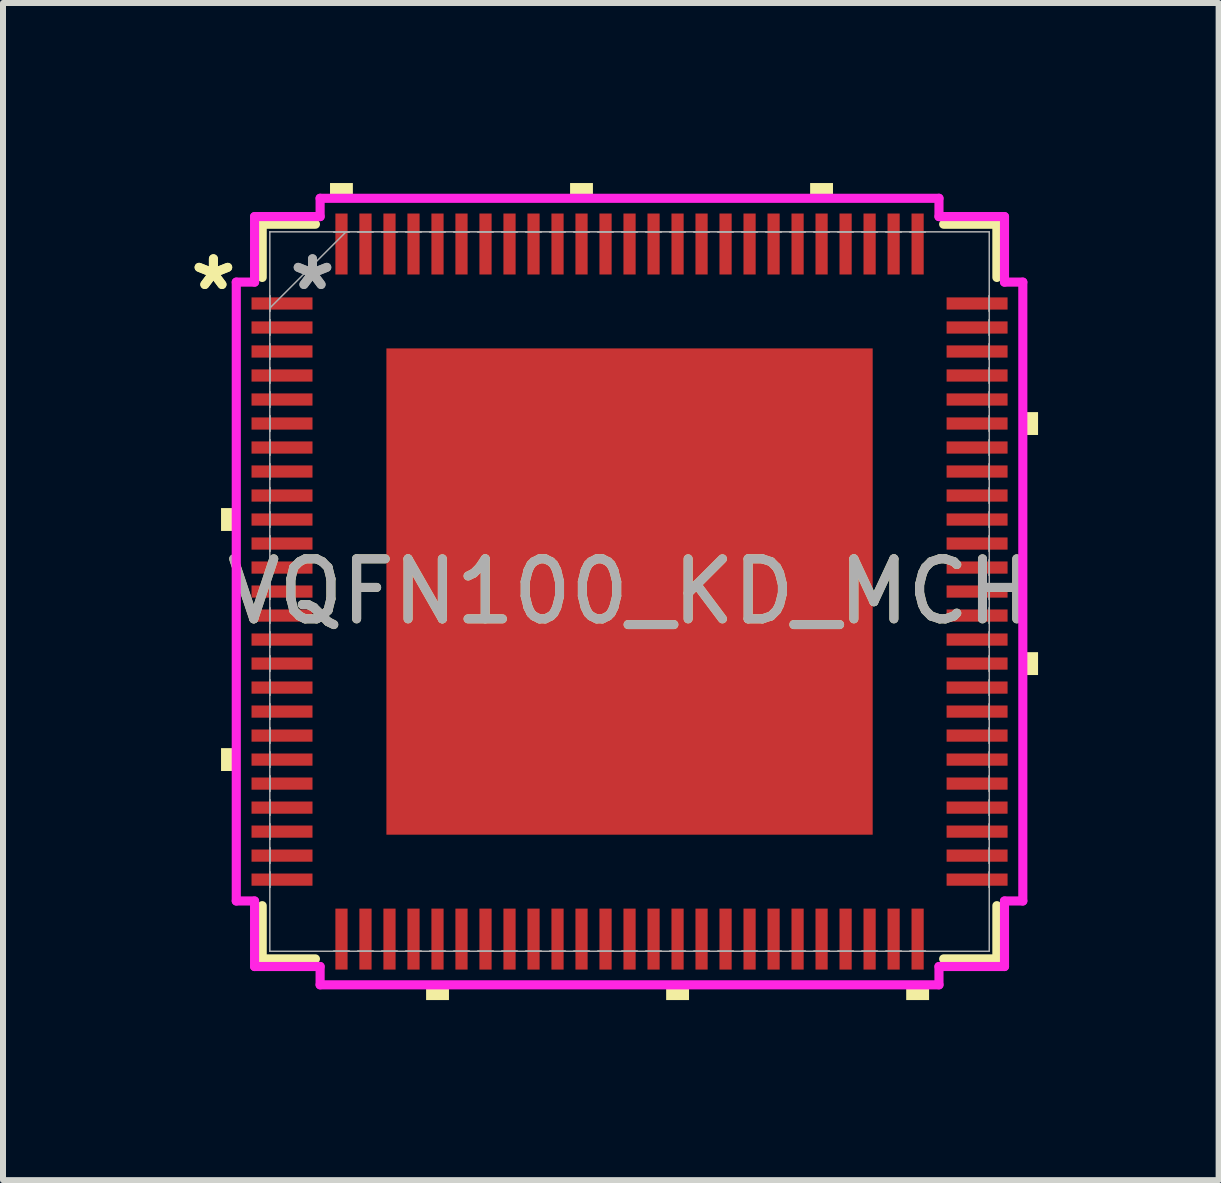
<source format=kicad_pcb>
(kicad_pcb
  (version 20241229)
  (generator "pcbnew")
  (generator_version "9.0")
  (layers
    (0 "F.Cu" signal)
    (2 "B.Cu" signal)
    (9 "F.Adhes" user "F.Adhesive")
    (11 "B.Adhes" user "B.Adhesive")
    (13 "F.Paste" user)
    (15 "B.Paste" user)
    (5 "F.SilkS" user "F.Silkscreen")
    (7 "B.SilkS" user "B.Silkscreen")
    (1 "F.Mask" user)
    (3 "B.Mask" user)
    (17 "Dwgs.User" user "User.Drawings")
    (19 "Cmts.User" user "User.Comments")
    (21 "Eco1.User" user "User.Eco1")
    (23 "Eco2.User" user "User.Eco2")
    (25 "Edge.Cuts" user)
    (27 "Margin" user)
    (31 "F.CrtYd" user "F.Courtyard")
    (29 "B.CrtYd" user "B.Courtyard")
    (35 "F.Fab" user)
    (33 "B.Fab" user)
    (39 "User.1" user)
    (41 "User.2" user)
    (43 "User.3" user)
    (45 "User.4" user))
  (footprint "VQFN100_KD_MCH"
    (layer "F.Cu")
    (at 7.44 6.807)
    (property "Reference" "VQFN100_KD_MCH" (at 0 0 0) (unlocked yes) (layer "F.SilkS") (effects (font (size 1 1) (thickness 0.15))))
    (attr smd)
    (fp_line (start -6.121 -6.121) (end -6.121 -5.234) (stroke (width 0.152) (type solid)) (layer "F.SilkS"))
    (fp_line (start -6.121 5.234) (end -6.121 6.121) (stroke (width 0.152) (type solid)) (layer "F.SilkS"))
    (fp_line (start -6.121 6.121) (end -5.234 6.121) (stroke (width 0.152) (type solid)) (layer "F.SilkS"))
    (fp_line (start -5.234 -6.121) (end -6.121 -6.121) (stroke (width 0.152) (type solid)) (layer "F.SilkS"))
    (fp_line (start 5.234 6.121) (end 6.121 6.121) (stroke (width 0.152) (type solid)) (layer "F.SilkS"))
    (fp_line (start 6.121 -6.121) (end 5.234 -6.121) (stroke (width 0.152) (type solid)) (layer "F.SilkS"))
    (fp_line (start 6.121 -5.234) (end 6.121 -6.121) (stroke (width 0.152) (type solid)) (layer "F.SilkS"))
    (fp_line (start 6.121 6.121) (end 6.121 5.234) (stroke (width 0.152) (type solid)) (layer "F.SilkS"))
    (fp_poly (pts (xy -6.807 -1.391) (xy -6.807 -1.01) (xy -6.553 -1.01) (xy -6.553 -1.391)) (stroke (width 0) (type solid)) (fill yes) (layer "F.SilkS"))
    (fp_poly (pts (xy -6.807 2.609) (xy -6.807 2.99) (xy -6.553 2.99) (xy -6.553 2.609)) (stroke (width 0) (type solid)) (fill yes) (layer "F.SilkS"))
    (fp_poly (pts (xy -4.991 -6.553) (xy -4.991 -6.807) (xy -4.61 -6.807) (xy -4.61 -6.553)) (stroke (width 0) (type solid)) (fill yes) (layer "F.SilkS"))
    (fp_poly (pts (xy -3.39 6.553) (xy -3.39 6.807) (xy -3.009 6.807) (xy -3.009 6.553)) (stroke (width 0) (type solid)) (fill yes) (layer "F.SilkS"))
    (fp_poly (pts (xy -0.991 -6.553) (xy -0.991 -6.807) (xy -0.61 -6.807) (xy -0.61 -6.553)) (stroke (width 0) (type solid)) (fill yes) (layer "F.SilkS"))
    (fp_poly (pts (xy 0.61 6.553) (xy 0.61 6.807) (xy 0.991 6.807) (xy 0.991 6.553)) (stroke (width 0) (type solid)) (fill yes) (layer "F.SilkS"))
    (fp_poly (pts (xy 3.009 -6.553) (xy 3.009 -6.807) (xy 3.39 -6.807) (xy 3.39 -6.553)) (stroke (width 0) (type solid)) (fill yes) (layer "F.SilkS"))
    (fp_poly (pts (xy 4.61 6.553) (xy 4.61 6.807) (xy 4.991 6.807) (xy 4.991 6.553)) (stroke (width 0) (type solid)) (fill yes) (layer "F.SilkS"))
    (fp_poly (pts (xy 6.807 -2.99) (xy 6.807 -2.609) (xy 6.553 -2.609) (xy 6.553 -2.99)) (stroke (width 0) (type solid)) (fill yes) (layer "F.SilkS"))
    (fp_poly (pts (xy 6.807 1.01) (xy 6.807 1.391) (xy 6.553 1.391) (xy 6.553 1.01)) (stroke (width 0) (type solid)) (fill yes) (layer "F.SilkS"))
    (fp_poly (pts (xy -3.951 -3.951) (xy -3.951 -2.801) (xy -2.801 -2.801) (xy -2.801 -3.951)) (stroke (width 0) (type solid)) (fill yes) (layer "F.Paste"))
    (fp_poly (pts (xy -3.951 -2.601) (xy -3.951 -1.45) (xy -2.801 -1.45) (xy -2.801 -2.601)) (stroke (width 0) (type solid)) (fill yes) (layer "F.Paste"))
    (fp_poly (pts (xy -3.951 -1.25) (xy -3.951 -0.1) (xy -2.801 -0.1) (xy -2.801 -1.25)) (stroke (width 0) (type solid)) (fill yes) (layer "F.Paste"))
    (fp_poly (pts (xy -3.951 0.1) (xy -3.951 1.25) (xy -2.801 1.25) (xy -2.801 0.1)) (stroke (width 0) (type solid)) (fill yes) (layer "F.Paste"))
    (fp_poly (pts (xy -3.951 1.45) (xy -3.951 2.601) (xy -2.801 2.601) (xy -2.801 1.45)) (stroke (width 0) (type solid)) (fill yes) (layer "F.Paste"))
    (fp_poly (pts (xy -3.951 2.801) (xy -3.951 3.951) (xy -2.801 3.951) (xy -2.801 2.801)) (stroke (width 0) (type solid)) (fill yes) (layer "F.Paste"))
    (fp_poly (pts (xy -2.601 -3.951) (xy -2.601 -2.801) (xy -1.45 -2.801) (xy -1.45 -3.951)) (stroke (width 0) (type solid)) (fill yes) (layer "F.Paste"))
    (fp_poly (pts (xy -2.601 -2.601) (xy -2.601 -1.45) (xy -1.45 -1.45) (xy -1.45 -2.601)) (stroke (width 0) (type solid)) (fill yes) (layer "F.Paste"))
    (fp_poly (pts (xy -2.601 -1.25) (xy -2.601 -0.1) (xy -1.45 -0.1) (xy -1.45 -1.25)) (stroke (width 0) (type solid)) (fill yes) (layer "F.Paste"))
    (fp_poly (pts (xy -2.601 0.1) (xy -2.601 1.25) (xy -1.45 1.25) (xy -1.45 0.1)) (stroke (width 0) (type solid)) (fill yes) (layer "F.Paste"))
    (fp_poly (pts (xy -2.601 1.45) (xy -2.601 2.601) (xy -1.45 2.601) (xy -1.45 1.45)) (stroke (width 0) (type solid)) (fill yes) (layer "F.Paste"))
    (fp_poly (pts (xy -2.601 2.801) (xy -2.601 3.951) (xy -1.45 3.951) (xy -1.45 2.801)) (stroke (width 0) (type solid)) (fill yes) (layer "F.Paste"))
    (fp_poly (pts (xy -1.25 -3.951) (xy -1.25 -2.801) (xy -0.1 -2.801) (xy -0.1 -3.951)) (stroke (width 0) (type solid)) (fill yes) (layer "F.Paste"))
    (fp_poly (pts (xy -1.25 -2.601) (xy -1.25 -1.45) (xy -0.1 -1.45) (xy -0.1 -2.601)) (stroke (width 0) (type solid)) (fill yes) (layer "F.Paste"))
    (fp_poly (pts (xy -1.25 -1.25) (xy -1.25 -0.1) (xy -0.1 -0.1) (xy -0.1 -1.25)) (stroke (width 0) (type solid)) (fill yes) (layer "F.Paste"))
    (fp_poly (pts (xy -1.25 0.1) (xy -1.25 1.25) (xy -0.1 1.25) (xy -0.1 0.1)) (stroke (width 0) (type solid)) (fill yes) (layer "F.Paste"))
    (fp_poly (pts (xy -1.25 1.45) (xy -1.25 2.601) (xy -0.1 2.601) (xy -0.1 1.45)) (stroke (width 0) (type solid)) (fill yes) (layer "F.Paste"))
    (fp_poly (pts (xy -1.25 2.801) (xy -1.25 3.951) (xy -0.1 3.951) (xy -0.1 2.801)) (stroke (width 0) (type solid)) (fill yes) (layer "F.Paste"))
    (fp_poly (pts (xy 0.1 -3.951) (xy 0.1 -2.801) (xy 1.25 -2.801) (xy 1.25 -3.951)) (stroke (width 0) (type solid)) (fill yes) (layer "F.Paste"))
    (fp_poly (pts (xy 0.1 -2.601) (xy 0.1 -1.45) (xy 1.25 -1.45) (xy 1.25 -2.601)) (stroke (width 0) (type solid)) (fill yes) (layer "F.Paste"))
    (fp_poly (pts (xy 0.1 -1.25) (xy 0.1 -0.1) (xy 1.25 -0.1) (xy 1.25 -1.25)) (stroke (width 0) (type solid)) (fill yes) (layer "F.Paste"))
    (fp_poly (pts (xy 0.1 0.1) (xy 0.1 1.25) (xy 1.25 1.25) (xy 1.25 0.1)) (stroke (width 0) (type solid)) (fill yes) (layer "F.Paste"))
    (fp_poly (pts (xy 0.1 1.45) (xy 0.1 2.601) (xy 1.25 2.601) (xy 1.25 1.45)) (stroke (width 0) (type solid)) (fill yes) (layer "F.Paste"))
    (fp_poly (pts (xy 0.1 2.801) (xy 0.1 3.951) (xy 1.25 3.951) (xy 1.25 2.801)) (stroke (width 0) (type solid)) (fill yes) (layer "F.Paste"))
    (fp_poly (pts (xy 1.45 -3.951) (xy 1.45 -2.801) (xy 2.601 -2.801) (xy 2.601 -3.951)) (stroke (width 0) (type solid)) (fill yes) (layer "F.Paste"))
    (fp_poly (pts (xy 1.45 -2.601) (xy 1.45 -1.45) (xy 2.601 -1.45) (xy 2.601 -2.601)) (stroke (width 0) (type solid)) (fill yes) (layer "F.Paste"))
    (fp_poly (pts (xy 1.45 -1.25) (xy 1.45 -0.1) (xy 2.601 -0.1) (xy 2.601 -1.25)) (stroke (width 0) (type solid)) (fill yes) (layer "F.Paste"))
    (fp_poly (pts (xy 1.45 0.1) (xy 1.45 1.25) (xy 2.601 1.25) (xy 2.601 0.1)) (stroke (width 0) (type solid)) (fill yes) (layer "F.Paste"))
    (fp_poly (pts (xy 1.45 1.45) (xy 1.45 2.601) (xy 2.601 2.601) (xy 2.601 1.45)) (stroke (width 0) (type solid)) (fill yes) (layer "F.Paste"))
    (fp_poly (pts (xy 1.45 2.801) (xy 1.45 3.951) (xy 2.601 3.951) (xy 2.601 2.801)) (stroke (width 0) (type solid)) (fill yes) (layer "F.Paste"))
    (fp_poly (pts (xy 2.801 -3.951) (xy 2.801 -2.801) (xy 3.951 -2.801) (xy 3.951 -3.951)) (stroke (width 0) (type solid)) (fill yes) (layer "F.Paste"))
    (fp_poly (pts (xy 2.801 -2.601) (xy 2.801 -1.45) (xy 3.951 -1.45) (xy 3.951 -2.601)) (stroke (width 0) (type solid)) (fill yes) (layer "F.Paste"))
    (fp_poly (pts (xy 2.801 -1.25) (xy 2.801 -0.1) (xy 3.951 -0.1) (xy 3.951 -1.25)) (stroke (width 0) (type solid)) (fill yes) (layer "F.Paste"))
    (fp_poly (pts (xy 2.801 0.1) (xy 2.801 1.25) (xy 3.951 1.25) (xy 3.951 0.1)) (stroke (width 0) (type solid)) (fill yes) (layer "F.Paste"))
    (fp_poly (pts (xy 2.801 1.45) (xy 2.801 2.601) (xy 3.951 2.601) (xy 3.951 1.45)) (stroke (width 0) (type solid)) (fill yes) (layer "F.Paste"))
    (fp_poly (pts (xy 2.801 2.801) (xy 2.801 3.951) (xy 3.951 3.951) (xy 3.951 2.801)) (stroke (width 0) (type solid)) (fill yes) (layer "F.Paste"))
    (fp_line (start -6.553 -5.156) (end -6.248 -5.156) (stroke (width 0.152) (type solid)) (layer "F.CrtYd"))
    (fp_line (start -6.553 5.156) (end -6.553 -5.156) (stroke (width 0.152) (type solid)) (layer "F.CrtYd"))
    (fp_line (start -6.248 -6.248) (end -5.156 -6.248) (stroke (width 0.152) (type solid)) (layer "F.CrtYd"))
    (fp_line (start -6.248 -5.156) (end -6.248 -6.248) (stroke (width 0.152) (type solid)) (layer "F.CrtYd"))
    (fp_line (start -6.248 5.156) (end -6.553 5.156) (stroke (width 0.152) (type solid)) (layer "F.CrtYd"))
    (fp_line (start -6.248 6.248) (end -6.248 5.156) (stroke (width 0.152) (type solid)) (layer "F.CrtYd"))
    (fp_line (start -5.156 -6.553) (end 5.156 -6.553) (stroke (width 0.152) (type solid)) (layer "F.CrtYd"))
    (fp_line (start -5.156 -6.248) (end -5.156 -6.553) (stroke (width 0.152) (type solid)) (layer "F.CrtYd"))
    (fp_line (start -5.156 6.248) (end -6.248 6.248) (stroke (width 0.152) (type solid)) (layer "F.CrtYd"))
    (fp_line (start -5.156 6.553) (end -5.156 6.248) (stroke (width 0.152) (type solid)) (layer "F.CrtYd"))
    (fp_line (start 5.156 -6.553) (end 5.156 -6.248) (stroke (width 0.152) (type solid)) (layer "F.CrtYd"))
    (fp_line (start 5.156 -6.248) (end 6.248 -6.248) (stroke (width 0.152) (type solid)) (layer "F.CrtYd"))
    (fp_line (start 5.156 6.248) (end 5.156 6.553) (stroke (width 0.152) (type solid)) (layer "F.CrtYd"))
    (fp_line (start 5.156 6.553) (end -5.156 6.553) (stroke (width 0.152) (type solid)) (layer "F.CrtYd"))
    (fp_line (start 6.248 -6.248) (end 6.248 -5.156) (stroke (width 0.152) (type solid)) (layer "F.CrtYd"))
    (fp_line (start 6.248 -5.156) (end 6.553 -5.156) (stroke (width 0.152) (type solid)) (layer "F.CrtYd"))
    (fp_line (start 6.248 5.156) (end 6.248 6.248) (stroke (width 0.152) (type solid)) (layer "F.CrtYd"))
    (fp_line (start 6.248 6.248) (end 5.156 6.248) (stroke (width 0.152) (type solid)) (layer "F.CrtYd"))
    (fp_line (start 6.553 -5.156) (end 6.553 5.156) (stroke (width 0.152) (type solid)) (layer "F.CrtYd"))
    (fp_line (start 6.553 5.156) (end 6.248 5.156) (stroke (width 0.152) (type solid)) (layer "F.CrtYd"))
    (fp_line (start -5.994 -5.994) (end -5.994 -5.994) (stroke (width 0.025) (type solid)) (layer "F.Fab"))
    (fp_line (start -5.994 -5.994) (end -5.994 5.994) (stroke (width 0.025) (type solid)) (layer "F.Fab"))
    (fp_line (start -5.994 -4.927) (end -5.994 -4.927) (stroke (width 0.025) (type solid)) (layer "F.Fab"))
    (fp_line (start -5.994 -4.927) (end -5.994 -4.673) (stroke (width 0.025) (type solid)) (layer "F.Fab"))
    (fp_line (start -5.994 -4.724) (end -4.724 -5.994) (stroke (width 0.025) (type solid)) (layer "F.Fab"))
    (fp_line (start -5.994 -4.673) (end -5.994 -4.927) (stroke (width 0.025) (type solid)) (layer "F.Fab"))
    (fp_line (start -5.994 -4.673) (end -5.994 -4.673) (stroke (width 0.025) (type solid)) (layer "F.Fab"))
    (fp_line (start -5.994 -4.527) (end -5.994 -4.527) (stroke (width 0.025) (type solid)) (layer "F.Fab"))
    (fp_line (start -5.994 -4.527) (end -5.994 -4.273) (stroke (width 0.025) (type solid)) (layer "F.Fab"))
    (fp_line (start -5.994 -4.273) (end -5.994 -4.527) (stroke (width 0.025) (type solid)) (layer "F.Fab"))
    (fp_line (start -5.994 -4.273) (end -5.994 -4.273) (stroke (width 0.025) (type solid)) (layer "F.Fab"))
    (fp_line (start -5.994 -4.127) (end -5.994 -4.127) (stroke (width 0.025) (type solid)) (layer "F.Fab"))
    (fp_line (start -5.994 -4.127) (end -5.994 -3.873) (stroke (width 0.025) (type solid)) (layer "F.Fab"))
    (fp_line (start -5.994 -3.873) (end -5.994 -4.127) (stroke (width 0.025) (type solid)) (layer "F.Fab"))
    (fp_line (start -5.994 -3.873) (end -5.994 -3.873) (stroke (width 0.025) (type solid)) (layer "F.Fab"))
    (fp_line (start -5.994 -3.727) (end -5.994 -3.727) (stroke (width 0.025) (type solid)) (layer "F.Fab"))
    (fp_line (start -5.994 -3.727) (end -5.994 -3.473) (stroke (width 0.025) (type solid)) (layer "F.Fab"))
    (fp_line (start -5.994 -3.473) (end -5.994 -3.727) (stroke (width 0.025) (type solid)) (layer "F.Fab"))
    (fp_line (start -5.994 -3.473) (end -5.994 -3.473) (stroke (width 0.025) (type solid)) (layer "F.Fab"))
    (fp_line (start -5.994 -3.327) (end -5.994 -3.327) (stroke (width 0.025) (type solid)) (layer "F.Fab"))
    (fp_line (start -5.994 -3.327) (end -5.994 -3.073) (stroke (width 0.025) (type solid)) (layer "F.Fab"))
    (fp_line (start -5.994 -3.073) (end -5.994 -3.327) (stroke (width 0.025) (type solid)) (layer "F.Fab"))
    (fp_line (start -5.994 -3.073) (end -5.994 -3.073) (stroke (width 0.025) (type solid)) (layer "F.Fab"))
    (fp_line (start -5.994 -2.927) (end -5.994 -2.927) (stroke (width 0.025) (type solid)) (layer "F.Fab"))
    (fp_line (start -5.994 -2.927) (end -5.994 -2.673) (stroke (width 0.025) (type solid)) (layer "F.Fab"))
    (fp_line (start -5.994 -2.673) (end -5.994 -2.927) (stroke (width 0.025) (type solid)) (layer "F.Fab"))
    (fp_line (start -5.994 -2.673) (end -5.994 -2.673) (stroke (width 0.025) (type solid)) (layer "F.Fab"))
    (fp_line (start -5.994 -2.527) (end -5.994 -2.527) (stroke (width 0.025) (type solid)) (layer "F.Fab"))
    (fp_line (start -5.994 -2.527) (end -5.994 -2.273) (stroke (width 0.025) (type solid)) (layer "F.Fab"))
    (fp_line (start -5.994 -2.273) (end -5.994 -2.527) (stroke (width 0.025) (type solid)) (layer "F.Fab"))
    (fp_line (start -5.994 -2.273) (end -5.994 -2.273) (stroke (width 0.025) (type solid)) (layer "F.Fab"))
    (fp_line (start -5.994 -2.127) (end -5.994 -2.127) (stroke (width 0.025) (type solid)) (layer "F.Fab"))
    (fp_line (start -5.994 -2.127) (end -5.994 -1.873) (stroke (width 0.025) (type solid)) (layer "F.Fab"))
    (fp_line (start -5.994 -1.873) (end -5.994 -2.127) (stroke (width 0.025) (type solid)) (layer "F.Fab"))
    (fp_line (start -5.994 -1.873) (end -5.994 -1.873) (stroke (width 0.025) (type solid)) (layer "F.Fab"))
    (fp_line (start -5.994 -1.727) (end -5.994 -1.727) (stroke (width 0.025) (type solid)) (layer "F.Fab"))
    (fp_line (start -5.994 -1.727) (end -5.994 -1.473) (stroke (width 0.025) (type solid)) (layer "F.Fab"))
    (fp_line (start -5.994 -1.473) (end -5.994 -1.727) (stroke (width 0.025) (type solid)) (layer "F.Fab"))
    (fp_line (start -5.994 -1.473) (end -5.994 -1.473) (stroke (width 0.025) (type solid)) (layer "F.Fab"))
    (fp_line (start -5.994 -1.327) (end -5.994 -1.327) (stroke (width 0.025) (type solid)) (layer "F.Fab"))
    (fp_line (start -5.994 -1.327) (end -5.994 -1.073) (stroke (width 0.025) (type solid)) (layer "F.Fab"))
    (fp_line (start -5.994 -1.073) (end -5.994 -1.327) (stroke (width 0.025) (type solid)) (layer "F.Fab"))
    (fp_line (start -5.994 -1.073) (end -5.994 -1.073) (stroke (width 0.025) (type solid)) (layer "F.Fab"))
    (fp_line (start -5.994 -0.927) (end -5.994 -0.927) (stroke (width 0.025) (type solid)) (layer "F.Fab"))
    (fp_line (start -5.994 -0.927) (end -5.994 -0.673) (stroke (width 0.025) (type solid)) (layer "F.Fab"))
    (fp_line (start -5.994 -0.673) (end -5.994 -0.927) (stroke (width 0.025) (type solid)) (layer "F.Fab"))
    (fp_line (start -5.994 -0.673) (end -5.994 -0.673) (stroke (width 0.025) (type solid)) (layer "F.Fab"))
    (fp_line (start -5.994 -0.527) (end -5.994 -0.527) (stroke (width 0.025) (type solid)) (layer "F.Fab"))
    (fp_line (start -5.994 -0.527) (end -5.994 -0.273) (stroke (width 0.025) (type solid)) (layer "F.Fab"))
    (fp_line (start -5.994 -0.273) (end -5.994 -0.527) (stroke (width 0.025) (type solid)) (layer "F.Fab"))
    (fp_line (start -5.994 -0.273) (end -5.994 -0.273) (stroke (width 0.025) (type solid)) (layer "F.Fab"))
    (fp_line (start -5.994 -0.127) (end -5.994 -0.127) (stroke (width 0.025) (type solid)) (layer "F.Fab"))
    (fp_line (start -5.994 -0.127) (end -5.994 0.127) (stroke (width 0.025) (type solid)) (layer "F.Fab"))
    (fp_line (start -5.994 0.127) (end -5.994 -0.127) (stroke (width 0.025) (type solid)) (layer "F.Fab"))
    (fp_line (start -5.994 0.127) (end -5.994 0.127) (stroke (width 0.025) (type solid)) (layer "F.Fab"))
    (fp_line (start -5.994 0.273) (end -5.994 0.273) (stroke (width 0.025) (type solid)) (layer "F.Fab"))
    (fp_line (start -5.994 0.273) (end -5.994 0.527) (stroke (width 0.025) (type solid)) (layer "F.Fab"))
    (fp_line (start -5.994 0.527) (end -5.994 0.273) (stroke (width 0.025) (type solid)) (layer "F.Fab"))
    (fp_line (start -5.994 0.527) (end -5.994 0.527) (stroke (width 0.025) (type solid)) (layer "F.Fab"))
    (fp_line (start -5.994 0.673) (end -5.994 0.673) (stroke (width 0.025) (type solid)) (layer "F.Fab"))
    (fp_line (start -5.994 0.673) (end -5.994 0.927) (stroke (width 0.025) (type solid)) (layer "F.Fab"))
    (fp_line (start -5.994 0.927) (end -5.994 0.673) (stroke (width 0.025) (type solid)) (layer "F.Fab"))
    (fp_line (start -5.994 0.927) (end -5.994 0.927) (stroke (width 0.025) (type solid)) (layer "F.Fab"))
    (fp_line (start -5.994 1.073) (end -5.994 1.073) (stroke (width 0.025) (type solid)) (layer "F.Fab"))
    (fp_line (start -5.994 1.073) (end -5.994 1.327) (stroke (width 0.025) (type solid)) (layer "F.Fab"))
    (fp_line (start -5.994 1.327) (end -5.994 1.073) (stroke (width 0.025) (type solid)) (layer "F.Fab"))
    (fp_line (start -5.994 1.327) (end -5.994 1.327) (stroke (width 0.025) (type solid)) (layer "F.Fab"))
    (fp_line (start -5.994 1.473) (end -5.994 1.473) (stroke (width 0.025) (type solid)) (layer "F.Fab"))
    (fp_line (start -5.994 1.473) (end -5.994 1.727) (stroke (width 0.025) (type solid)) (layer "F.Fab"))
    (fp_line (start -5.994 1.727) (end -5.994 1.473) (stroke (width 0.025) (type solid)) (layer "F.Fab"))
    (fp_line (start -5.994 1.727) (end -5.994 1.727) (stroke (width 0.025) (type solid)) (layer "F.Fab"))
    (fp_line (start -5.994 1.873) (end -5.994 1.873) (stroke (width 0.025) (type solid)) (layer "F.Fab"))
    (fp_line (start -5.994 1.873) (end -5.994 2.127) (stroke (width 0.025) (type solid)) (layer "F.Fab"))
    (fp_line (start -5.994 2.127) (end -5.994 1.873) (stroke (width 0.025) (type solid)) (layer "F.Fab"))
    (fp_line (start -5.994 2.127) (end -5.994 2.127) (stroke (width 0.025) (type solid)) (layer "F.Fab"))
    (fp_line (start -5.994 2.273) (end -5.994 2.273) (stroke (width 0.025) (type solid)) (layer "F.Fab"))
    (fp_line (start -5.994 2.273) (end -5.994 2.527) (stroke (width 0.025) (type solid)) (layer "F.Fab"))
    (fp_line (start -5.994 2.527) (end -5.994 2.273) (stroke (width 0.025) (type solid)) (layer "F.Fab"))
    (fp_line (start -5.994 2.527) (end -5.994 2.527) (stroke (width 0.025) (type solid)) (layer "F.Fab"))
    (fp_line (start -5.994 2.673) (end -5.994 2.673) (stroke (width 0.025) (type solid)) (layer "F.Fab"))
    (fp_line (start -5.994 2.673) (end -5.994 2.927) (stroke (width 0.025) (type solid)) (layer "F.Fab"))
    (fp_line (start -5.994 2.927) (end -5.994 2.673) (stroke (width 0.025) (type solid)) (layer "F.Fab"))
    (fp_line (start -5.994 2.927) (end -5.994 2.927) (stroke (width 0.025) (type solid)) (layer "F.Fab"))
    (fp_line (start -5.994 3.073) (end -5.994 3.073) (stroke (width 0.025) (type solid)) (layer "F.Fab"))
    (fp_line (start -5.994 3.073) (end -5.994 3.327) (stroke (width 0.025) (type solid)) (layer "F.Fab"))
    (fp_line (start -5.994 3.327) (end -5.994 3.073) (stroke (width 0.025) (type solid)) (layer "F.Fab"))
    (fp_line (start -5.994 3.327) (end -5.994 3.327) (stroke (width 0.025) (type solid)) (layer "F.Fab"))
    (fp_line (start -5.994 3.473) (end -5.994 3.473) (stroke (width 0.025) (type solid)) (layer "F.Fab"))
    (fp_line (start -5.994 3.473) (end -5.994 3.727) (stroke (width 0.025) (type solid)) (layer "F.Fab"))
    (fp_line (start -5.994 3.727) (end -5.994 3.473) (stroke (width 0.025) (type solid)) (layer "F.Fab"))
    (fp_line (start -5.994 3.727) (end -5.994 3.727) (stroke (width 0.025) (type solid)) (layer "F.Fab"))
    (fp_line (start -5.994 3.873) (end -5.994 3.873) (stroke (width 0.025) (type solid)) (layer "F.Fab"))
    (fp_line (start -5.994 3.873) (end -5.994 4.127) (stroke (width 0.025) (type solid)) (layer "F.Fab"))
    (fp_line (start -5.994 4.127) (end -5.994 3.873) (stroke (width 0.025) (type solid)) (layer "F.Fab"))
    (fp_line (start -5.994 4.127) (end -5.994 4.127) (stroke (width 0.025) (type solid)) (layer "F.Fab"))
    (fp_line (start -5.994 4.273) (end -5.994 4.273) (stroke (width 0.025) (type solid)) (layer "F.Fab"))
    (fp_line (start -5.994 4.273) (end -5.994 4.527) (stroke (width 0.025) (type solid)) (layer "F.Fab"))
    (fp_line (start -5.994 4.527) (end -5.994 4.273) (stroke (width 0.025) (type solid)) (layer "F.Fab"))
    (fp_line (start -5.994 4.527) (end -5.994 4.527) (stroke (width 0.025) (type solid)) (layer "F.Fab"))
    (fp_line (start -5.994 4.673) (end -5.994 4.673) (stroke (width 0.025) (type solid)) (layer "F.Fab"))
    (fp_line (start -5.994 4.673) (end -5.994 4.927) (stroke (width 0.025) (type solid)) (layer "F.Fab"))
    (fp_line (start -5.994 4.927) (end -5.994 4.673) (stroke (width 0.025) (type solid)) (layer "F.Fab"))
    (fp_line (start -5.994 4.927) (end -5.994 4.927) (stroke (width 0.025) (type solid)) (layer "F.Fab"))
    (fp_line (start -5.994 5.994) (end -5.994 5.994) (stroke (width 0.025) (type solid)) (layer "F.Fab"))
    (fp_line (start -5.994 5.994) (end 5.994 5.994) (stroke (width 0.025) (type solid)) (layer "F.Fab"))
    (fp_line (start -4.927 5.994) (end -4.927 5.994) (stroke (width 0.025) (type solid)) (layer "F.Fab"))
    (fp_line (start -4.927 5.994) (end -4.673 5.994) (stroke (width 0.025) (type solid)) (layer "F.Fab"))
    (fp_line (start -4.927 -5.994) (end -4.927 -5.994) (stroke (width 0.025) (type solid)) (layer "F.Fab"))
    (fp_line (start -4.927 -5.994) (end -4.673 -5.994) (stroke (width 0.025) (type solid)) (layer "F.Fab"))
    (fp_line (start -4.673 5.994) (end -4.927 5.994) (stroke (width 0.025) (type solid)) (layer "F.Fab"))
    (fp_line (start -4.673 5.994) (end -4.673 5.994) (stroke (width 0.025) (type solid)) (layer "F.Fab"))
    (fp_line (start -4.673 -5.994) (end -4.927 -5.994) (stroke (width 0.025) (type solid)) (layer "F.Fab"))
    (fp_line (start -4.673 -5.994) (end -4.673 -5.994) (stroke (width 0.025) (type solid)) (layer "F.Fab"))
    (fp_line (start -4.527 5.994) (end -4.527 5.994) (stroke (width 0.025) (type solid)) (layer "F.Fab"))
    (fp_line (start -4.527 5.994) (end -4.273 5.994) (stroke (width 0.025) (type solid)) (layer "F.Fab"))
    (fp_line (start -4.527 -5.994) (end -4.527 -5.994) (stroke (width 0.025) (type solid)) (layer "F.Fab"))
    (fp_line (start -4.527 -5.994) (end -4.273 -5.994) (stroke (width 0.025) (type solid)) (layer "F.Fab"))
    (fp_line (start -4.273 5.994) (end -4.527 5.994) (stroke (width 0.025) (type solid)) (layer "F.Fab"))
    (fp_line (start -4.273 5.994) (end -4.273 5.994) (stroke (width 0.025) (type solid)) (layer "F.Fab"))
    (fp_line (start -4.273 -5.994) (end -4.527 -5.994) (stroke (width 0.025) (type solid)) (layer "F.Fab"))
    (fp_line (start -4.273 -5.994) (end -4.273 -5.994) (stroke (width 0.025) (type solid)) (layer "F.Fab"))
    (fp_line (start -4.127 5.994) (end -4.127 5.994) (stroke (width 0.025) (type solid)) (layer "F.Fab"))
    (fp_line (start -4.127 5.994) (end -3.873 5.994) (stroke (width 0.025) (type solid)) (layer "F.Fab"))
    (fp_line (start -4.127 -5.994) (end -4.127 -5.994) (stroke (width 0.025) (type solid)) (layer "F.Fab"))
    (fp_line (start -4.127 -5.994) (end -3.873 -5.994) (stroke (width 0.025) (type solid)) (layer "F.Fab"))
    (fp_line (start -3.873 5.994) (end -4.127 5.994) (stroke (width 0.025) (type solid)) (layer "F.Fab"))
    (fp_line (start -3.873 5.994) (end -3.873 5.994) (stroke (width 0.025) (type solid)) (layer "F.Fab"))
    (fp_line (start -3.873 -5.994) (end -4.127 -5.994) (stroke (width 0.025) (type solid)) (layer "F.Fab"))
    (fp_line (start -3.873 -5.994) (end -3.873 -5.994) (stroke (width 0.025) (type solid)) (layer "F.Fab"))
    (fp_line (start -3.727 5.994) (end -3.727 5.994) (stroke (width 0.025) (type solid)) (layer "F.Fab"))
    (fp_line (start -3.727 5.994) (end -3.473 5.994) (stroke (width 0.025) (type solid)) (layer "F.Fab"))
    (fp_line (start -3.727 -5.994) (end -3.727 -5.994) (stroke (width 0.025) (type solid)) (layer "F.Fab"))
    (fp_line (start -3.727 -5.994) (end -3.473 -5.994) (stroke (width 0.025) (type solid)) (layer "F.Fab"))
    (fp_line (start -3.473 5.994) (end -3.727 5.994) (stroke (width 0.025) (type solid)) (layer "F.Fab"))
    (fp_line (start -3.473 5.994) (end -3.473 5.994) (stroke (width 0.025) (type solid)) (layer "F.Fab"))
    (fp_line (start -3.473 -5.994) (end -3.727 -5.994) (stroke (width 0.025) (type solid)) (layer "F.Fab"))
    (fp_line (start -3.473 -5.994) (end -3.473 -5.994) (stroke (width 0.025) (type solid)) (layer "F.Fab"))
    (fp_line (start -3.327 5.994) (end -3.327 5.994) (stroke (width 0.025) (type solid)) (layer "F.Fab"))
    (fp_line (start -3.327 5.994) (end -3.073 5.994) (stroke (width 0.025) (type solid)) (layer "F.Fab"))
    (fp_line (start -3.327 -5.994) (end -3.327 -5.994) (stroke (width 0.025) (type solid)) (layer "F.Fab"))
    (fp_line (start -3.327 -5.994) (end -3.073 -5.994) (stroke (width 0.025) (type solid)) (layer "F.Fab"))
    (fp_line (start -3.073 5.994) (end -3.327 5.994) (stroke (width 0.025) (type solid)) (layer "F.Fab"))
    (fp_line (start -3.073 5.994) (end -3.073 5.994) (stroke (width 0.025) (type solid)) (layer "F.Fab"))
    (fp_line (start -3.073 -5.994) (end -3.327 -5.994) (stroke (width 0.025) (type solid)) (layer "F.Fab"))
    (fp_line (start -3.073 -5.994) (end -3.073 -5.994) (stroke (width 0.025) (type solid)) (layer "F.Fab"))
    (fp_line (start -2.927 5.994) (end -2.927 5.994) (stroke (width 0.025) (type solid)) (layer "F.Fab"))
    (fp_line (start -2.927 5.994) (end -2.673 5.994) (stroke (width 0.025) (type solid)) (layer "F.Fab"))
    (fp_line (start -2.927 -5.994) (end -2.927 -5.994) (stroke (width 0.025) (type solid)) (layer "F.Fab"))
    (fp_line (start -2.927 -5.994) (end -2.673 -5.994) (stroke (width 0.025) (type solid)) (layer "F.Fab"))
    (fp_line (start -2.673 5.994) (end -2.927 5.994) (stroke (width 0.025) (type solid)) (layer "F.Fab"))
    (fp_line (start -2.673 5.994) (end -2.673 5.994) (stroke (width 0.025) (type solid)) (layer "F.Fab"))
    (fp_line (start -2.673 -5.994) (end -2.927 -5.994) (stroke (width 0.025) (type solid)) (layer "F.Fab"))
    (fp_line (start -2.673 -5.994) (end -2.673 -5.994) (stroke (width 0.025) (type solid)) (layer "F.Fab"))
    (fp_line (start -2.527 -5.994) (end -2.527 -5.994) (stroke (width 0.025) (type solid)) (layer "F.Fab"))
    (fp_line (start -2.527 -5.994) (end -2.273 -5.994) (stroke (width 0.025) (type solid)) (layer "F.Fab"))
    (fp_line (start -2.527 5.994) (end -2.527 5.994) (stroke (width 0.025) (type solid)) (layer "F.Fab"))
    (fp_line (start -2.527 5.994) (end -2.273 5.994) (stroke (width 0.025) (type solid)) (layer "F.Fab"))
    (fp_line (start -2.273 -5.994) (end -2.527 -5.994) (stroke (width 0.025) (type solid)) (layer "F.Fab"))
    (fp_line (start -2.273 -5.994) (end -2.273 -5.994) (stroke (width 0.025) (type solid)) (layer "F.Fab"))
    (fp_line (start -2.273 5.994) (end -2.527 5.994) (stroke (width 0.025) (type solid)) (layer "F.Fab"))
    (fp_line (start -2.273 5.994) (end -2.273 5.994) (stroke (width 0.025) (type solid)) (layer "F.Fab"))
    (fp_line (start -2.127 -5.994) (end -2.127 -5.994) (stroke (width 0.025) (type solid)) (layer "F.Fab"))
    (fp_line (start -2.127 -5.994) (end -1.873 -5.994) (stroke (width 0.025) (type solid)) (layer "F.Fab"))
    (fp_line (start -2.127 5.994) (end -2.127 5.994) (stroke (width 0.025) (type solid)) (layer "F.Fab"))
    (fp_line (start -2.127 5.994) (end -1.873 5.994) (stroke (width 0.025) (type solid)) (layer "F.Fab"))
    (fp_line (start -1.873 -5.994) (end -2.127 -5.994) (stroke (width 0.025) (type solid)) (layer "F.Fab"))
    (fp_line (start -1.873 -5.994) (end -1.873 -5.994) (stroke (width 0.025) (type solid)) (layer "F.Fab"))
    (fp_line (start -1.873 5.994) (end -2.127 5.994) (stroke (width 0.025) (type solid)) (layer "F.Fab"))
    (fp_line (start -1.873 5.994) (end -1.873 5.994) (stroke (width 0.025) (type solid)) (layer "F.Fab"))
    (fp_line (start -1.727 -5.994) (end -1.727 -5.994) (stroke (width 0.025) (type solid)) (layer "F.Fab"))
    (fp_line (start -1.727 -5.994) (end -1.473 -5.994) (stroke (width 0.025) (type solid)) (layer "F.Fab"))
    (fp_line (start -1.727 5.994) (end -1.727 5.994) (stroke (width 0.025) (type solid)) (layer "F.Fab"))
    (fp_line (start -1.727 5.994) (end -1.473 5.994) (stroke (width 0.025) (type solid)) (layer "F.Fab"))
    (fp_line (start -1.473 -5.994) (end -1.727 -5.994) (stroke (width 0.025) (type solid)) (layer "F.Fab"))
    (fp_line (start -1.473 -5.994) (end -1.473 -5.994) (stroke (width 0.025) (type solid)) (layer "F.Fab"))
    (fp_line (start -1.473 5.994) (end -1.727 5.994) (stroke (width 0.025) (type solid)) (layer "F.Fab"))
    (fp_line (start -1.473 5.994) (end -1.473 5.994) (stroke (width 0.025) (type solid)) (layer "F.Fab"))
    (fp_line (start -1.327 -5.994) (end -1.327 -5.994) (stroke (width 0.025) (type solid)) (layer "F.Fab"))
    (fp_line (start -1.327 -5.994) (end -1.073 -5.994) (stroke (width 0.025) (type solid)) (layer "F.Fab"))
    (fp_line (start -1.327 5.994) (end -1.327 5.994) (stroke (width 0.025) (type solid)) (layer "F.Fab"))
    (fp_line (start -1.327 5.994) (end -1.073 5.994) (stroke (width 0.025) (type solid)) (layer "F.Fab"))
    (fp_line (start -1.073 -5.994) (end -1.327 -5.994) (stroke (width 0.025) (type solid)) (layer "F.Fab"))
    (fp_line (start -1.073 -5.994) (end -1.073 -5.994) (stroke (width 0.025) (type solid)) (layer "F.Fab"))
    (fp_line (start -1.073 5.994) (end -1.327 5.994) (stroke (width 0.025) (type solid)) (layer "F.Fab"))
    (fp_line (start -1.073 5.994) (end -1.073 5.994) (stroke (width 0.025) (type solid)) (layer "F.Fab"))
    (fp_line (start -0.927 -5.994) (end -0.927 -5.994) (stroke (width 0.025) (type solid)) (layer "F.Fab"))
    (fp_line (start -0.927 -5.994) (end -0.673 -5.994) (stroke (width 0.025) (type solid)) (layer "F.Fab"))
    (fp_line (start -0.927 5.994) (end -0.927 5.994) (stroke (width 0.025) (type solid)) (layer "F.Fab"))
    (fp_line (start -0.927 5.994) (end -0.673 5.994) (stroke (width 0.025) (type solid)) (layer "F.Fab"))
    (fp_line (start -0.673 -5.994) (end -0.927 -5.994) (stroke (width 0.025) (type solid)) (layer "F.Fab"))
    (fp_line (start -0.673 -5.994) (end -0.673 -5.994) (stroke (width 0.025) (type solid)) (layer "F.Fab"))
    (fp_line (start -0.673 5.994) (end -0.927 5.994) (stroke (width 0.025) (type solid)) (layer "F.Fab"))
    (fp_line (start -0.673 5.994) (end -0.673 5.994) (stroke (width 0.025) (type solid)) (layer "F.Fab"))
    (fp_line (start -0.527 -5.994) (end -0.527 -5.994) (stroke (width 0.025) (type solid)) (layer "F.Fab"))
    (fp_line (start -0.527 -5.994) (end -0.273 -5.994) (stroke (width 0.025) (type solid)) (layer "F.Fab"))
    (fp_line (start -0.527 5.994) (end -0.527 5.994) (stroke (width 0.025) (type solid)) (layer "F.Fab"))
    (fp_line (start -0.527 5.994) (end -0.273 5.994) (stroke (width 0.025) (type solid)) (layer "F.Fab"))
    (fp_line (start -0.273 -5.994) (end -0.527 -5.994) (stroke (width 0.025) (type solid)) (layer "F.Fab"))
    (fp_line (start -0.273 -5.994) (end -0.273 -5.994) (stroke (width 0.025) (type solid)) (layer "F.Fab"))
    (fp_line (start -0.273 5.994) (end -0.527 5.994) (stroke (width 0.025) (type solid)) (layer "F.Fab"))
    (fp_line (start -0.273 5.994) (end -0.273 5.994) (stroke (width 0.025) (type solid)) (layer "F.Fab"))
    (fp_line (start -0.127 -5.994) (end -0.127 -5.994) (stroke (width 0.025) (type solid)) (layer "F.Fab"))
    (fp_line (start -0.127 -5.994) (end 0.127 -5.994) (stroke (width 0.025) (type solid)) (layer "F.Fab"))
    (fp_line (start -0.127 5.994) (end -0.127 5.994) (stroke (width 0.025) (type solid)) (layer "F.Fab"))
    (fp_line (start -0.127 5.994) (end 0.127 5.994) (stroke (width 0.025) (type solid)) (layer "F.Fab"))
    (fp_line (start 0.127 -5.994) (end -0.127 -5.994) (stroke (width 0.025) (type solid)) (layer "F.Fab"))
    (fp_line (start 0.127 -5.994) (end 0.127 -5.994) (stroke (width 0.025) (type solid)) (layer "F.Fab"))
    (fp_line (start 0.127 5.994) (end -0.127 5.994) (stroke (width 0.025) (type solid)) (layer "F.Fab"))
    (fp_line (start 0.127 5.994) (end 0.127 5.994) (stroke (width 0.025) (type solid)) (layer "F.Fab"))
    (fp_line (start 0.273 -5.994) (end 0.273 -5.994) (stroke (width 0.025) (type solid)) (layer "F.Fab"))
    (fp_line (start 0.273 -5.994) (end 0.527 -5.994) (stroke (width 0.025) (type solid)) (layer "F.Fab"))
    (fp_line (start 0.273 5.994) (end 0.273 5.994) (stroke (width 0.025) (type solid)) (layer "F.Fab"))
    (fp_line (start 0.273 5.994) (end 0.527 5.994) (stroke (width 0.025) (type solid)) (layer "F.Fab"))
    (fp_line (start 0.527 -5.994) (end 0.273 -5.994) (stroke (width 0.025) (type solid)) (layer "F.Fab"))
    (fp_line (start 0.527 -5.994) (end 0.527 -5.994) (stroke (width 0.025) (type solid)) (layer "F.Fab"))
    (fp_line (start 0.527 5.994) (end 0.273 5.994) (stroke (width 0.025) (type solid)) (layer "F.Fab"))
    (fp_line (start 0.527 5.994) (end 0.527 5.994) (stroke (width 0.025) (type solid)) (layer "F.Fab"))
    (fp_line (start 0.673 -5.994) (end 0.673 -5.994) (stroke (width 0.025) (type solid)) (layer "F.Fab"))
    (fp_line (start 0.673 -5.994) (end 0.927 -5.994) (stroke (width 0.025) (type solid)) (layer "F.Fab"))
    (fp_line (start 0.673 5.994) (end 0.673 5.994) (stroke (width 0.025) (type solid)) (layer "F.Fab"))
    (fp_line (start 0.673 5.994) (end 0.927 5.994) (stroke (width 0.025) (type solid)) (layer "F.Fab"))
    (fp_line (start 0.927 -5.994) (end 0.673 -5.994) (stroke (width 0.025) (type solid)) (layer "F.Fab"))
    (fp_line (start 0.927 -5.994) (end 0.927 -5.994) (stroke (width 0.025) (type solid)) (layer "F.Fab"))
    (fp_line (start 0.927 5.994) (end 0.673 5.994) (stroke (width 0.025) (type solid)) (layer "F.Fab"))
    (fp_line (start 0.927 5.994) (end 0.927 5.994) (stroke (width 0.025) (type solid)) (layer "F.Fab"))
    (fp_line (start 1.073 -5.994) (end 1.073 -5.994) (stroke (width 0.025) (type solid)) (layer "F.Fab"))
    (fp_line (start 1.073 -5.994) (end 1.327 -5.994) (stroke (width 0.025) (type solid)) (layer "F.Fab"))
    (fp_line (start 1.073 5.994) (end 1.073 5.994) (stroke (width 0.025) (type solid)) (layer "F.Fab"))
    (fp_line (start 1.073 5.994) (end 1.327 5.994) (stroke (width 0.025) (type solid)) (layer "F.Fab"))
    (fp_line (start 1.327 -5.994) (end 1.073 -5.994) (stroke (width 0.025) (type solid)) (layer "F.Fab"))
    (fp_line (start 1.327 -5.994) (end 1.327 -5.994) (stroke (width 0.025) (type solid)) (layer "F.Fab"))
    (fp_line (start 1.327 5.994) (end 1.073 5.994) (stroke (width 0.025) (type solid)) (layer "F.Fab"))
    (fp_line (start 1.327 5.994) (end 1.327 5.994) (stroke (width 0.025) (type solid)) (layer "F.Fab"))
    (fp_line (start 1.473 -5.994) (end 1.473 -5.994) (stroke (width 0.025) (type solid)) (layer "F.Fab"))
    (fp_line (start 1.473 -5.994) (end 1.727 -5.994) (stroke (width 0.025) (type solid)) (layer "F.Fab"))
    (fp_line (start 1.473 5.994) (end 1.473 5.994) (stroke (width 0.025) (type solid)) (layer "F.Fab"))
    (fp_line (start 1.473 5.994) (end 1.727 5.994) (stroke (width 0.025) (type solid)) (layer "F.Fab"))
    (fp_line (start 1.727 -5.994) (end 1.473 -5.994) (stroke (width 0.025) (type solid)) (layer "F.Fab"))
    (fp_line (start 1.727 -5.994) (end 1.727 -5.994) (stroke (width 0.025) (type solid)) (layer "F.Fab"))
    (fp_line (start 1.727 5.994) (end 1.473 5.994) (stroke (width 0.025) (type solid)) (layer "F.Fab"))
    (fp_line (start 1.727 5.994) (end 1.727 5.994) (stroke (width 0.025) (type solid)) (layer "F.Fab"))
    (fp_line (start 1.873 -5.994) (end 1.873 -5.994) (stroke (width 0.025) (type solid)) (layer "F.Fab"))
    (fp_line (start 1.873 -5.994) (end 2.127 -5.994) (stroke (width 0.025) (type solid)) (layer "F.Fab"))
    (fp_line (start 1.873 5.994) (end 1.873 5.994) (stroke (width 0.025) (type solid)) (layer "F.Fab"))
    (fp_line (start 1.873 5.994) (end 2.127 5.994) (stroke (width 0.025) (type solid)) (layer "F.Fab"))
    (fp_line (start 2.127 -5.994) (end 1.873 -5.994) (stroke (width 0.025) (type solid)) (layer "F.Fab"))
    (fp_line (start 2.127 -5.994) (end 2.127 -5.994) (stroke (width 0.025) (type solid)) (layer "F.Fab"))
    (fp_line (start 2.127 5.994) (end 1.873 5.994) (stroke (width 0.025) (type solid)) (layer "F.Fab"))
    (fp_line (start 2.127 5.994) (end 2.127 5.994) (stroke (width 0.025) (type solid)) (layer "F.Fab"))
    (fp_line (start 2.273 -5.994) (end 2.273 -5.994) (stroke (width 0.025) (type solid)) (layer "F.Fab"))
    (fp_line (start 2.273 -5.994) (end 2.527 -5.994) (stroke (width 0.025) (type solid)) (layer "F.Fab"))
    (fp_line (start 2.273 5.994) (end 2.273 5.994) (stroke (width 0.025) (type solid)) (layer "F.Fab"))
    (fp_line (start 2.273 5.994) (end 2.527 5.994) (stroke (width 0.025) (type solid)) (layer "F.Fab"))
    (fp_line (start 2.527 -5.994) (end 2.273 -5.994) (stroke (width 0.025) (type solid)) (layer "F.Fab"))
    (fp_line (start 2.527 -5.994) (end 2.527 -5.994) (stroke (width 0.025) (type solid)) (layer "F.Fab"))
    (fp_line (start 2.527 5.994) (end 2.273 5.994) (stroke (width 0.025) (type solid)) (layer "F.Fab"))
    (fp_line (start 2.527 5.994) (end 2.527 5.994) (stroke (width 0.025) (type solid)) (layer "F.Fab"))
    (fp_line (start 2.673 5.994) (end 2.673 5.994) (stroke (width 0.025) (type solid)) (layer "F.Fab"))
    (fp_line (start 2.673 5.994) (end 2.927 5.994) (stroke (width 0.025) (type solid)) (layer "F.Fab"))
    (fp_line (start 2.673 -5.994) (end 2.673 -5.994) (stroke (width 0.025) (type solid)) (layer "F.Fab"))
    (fp_line (start 2.673 -5.994) (end 2.927 -5.994) (stroke (width 0.025) (type solid)) (layer "F.Fab"))
    (fp_line (start 2.927 5.994) (end 2.673 5.994) (stroke (width 0.025) (type solid)) (layer "F.Fab"))
    (fp_line (start 2.927 5.994) (end 2.927 5.994) (stroke (width 0.025) (type solid)) (layer "F.Fab"))
    (fp_line (start 2.927 -5.994) (end 2.673 -5.994) (stroke (width 0.025) (type solid)) (layer "F.Fab"))
    (fp_line (start 2.927 -5.994) (end 2.927 -5.994) (stroke (width 0.025) (type solid)) (layer "F.Fab"))
    (fp_line (start 3.073 5.994) (end 3.073 5.994) (stroke (width 0.025) (type solid)) (layer "F.Fab"))
    (fp_line (start 3.073 5.994) (end 3.327 5.994) (stroke (width 0.025) (type solid)) (layer "F.Fab"))
    (fp_line (start 3.073 -5.994) (end 3.073 -5.994) (stroke (width 0.025) (type solid)) (layer "F.Fab"))
    (fp_line (start 3.073 -5.994) (end 3.327 -5.994) (stroke (width 0.025) (type solid)) (layer "F.Fab"))
    (fp_line (start 3.327 5.994) (end 3.073 5.994) (stroke (width 0.025) (type solid)) (layer "F.Fab"))
    (fp_line (start 3.327 5.994) (end 3.327 5.994) (stroke (width 0.025) (type solid)) (layer "F.Fab"))
    (fp_line (start 3.327 -5.994) (end 3.073 -5.994) (stroke (width 0.025) (type solid)) (layer "F.Fab"))
    (fp_line (start 3.327 -5.994) (end 3.327 -5.994) (stroke (width 0.025) (type solid)) (layer "F.Fab"))
    (fp_line (start 3.473 5.994) (end 3.473 5.994) (stroke (width 0.025) (type solid)) (layer "F.Fab"))
    (fp_line (start 3.473 5.994) (end 3.727 5.994) (stroke (width 0.025) (type solid)) (layer "F.Fab"))
    (fp_line (start 3.473 -5.994) (end 3.473 -5.994) (stroke (width 0.025) (type solid)) (layer "F.Fab"))
    (fp_line (start 3.473 -5.994) (end 3.727 -5.994) (stroke (width 0.025) (type solid)) (layer "F.Fab"))
    (fp_line (start 3.727 5.994) (end 3.473 5.994) (stroke (width 0.025) (type solid)) (layer "F.Fab"))
    (fp_line (start 3.727 5.994) (end 3.727 5.994) (stroke (width 0.025) (type solid)) (layer "F.Fab"))
    (fp_line (start 3.727 -5.994) (end 3.473 -5.994) (stroke (width 0.025) (type solid)) (layer "F.Fab"))
    (fp_line (start 3.727 -5.994) (end 3.727 -5.994) (stroke (width 0.025) (type solid)) (layer "F.Fab"))
    (fp_line (start 3.873 5.994) (end 3.873 5.994) (stroke (width 0.025) (type solid)) (layer "F.Fab"))
    (fp_line (start 3.873 5.994) (end 4.127 5.994) (stroke (width 0.025) (type solid)) (layer "F.Fab"))
    (fp_line (start 3.873 -5.994) (end 3.873 -5.994) (stroke (width 0.025) (type solid)) (layer "F.Fab"))
    (fp_line (start 3.873 -5.994) (end 4.127 -5.994) (stroke (width 0.025) (type solid)) (layer "F.Fab"))
    (fp_line (start 4.127 5.994) (end 3.873 5.994) (stroke (width 0.025) (type solid)) (layer "F.Fab"))
    (fp_line (start 4.127 5.994) (end 4.127 5.994) (stroke (width 0.025) (type solid)) (layer "F.Fab"))
    (fp_line (start 4.127 -5.994) (end 3.873 -5.994) (stroke (width 0.025) (type solid)) (layer "F.Fab"))
    (fp_line (start 4.127 -5.994) (end 4.127 -5.994) (stroke (width 0.025) (type solid)) (layer "F.Fab"))
    (fp_line (start 4.273 5.994) (end 4.273 5.994) (stroke (width 0.025) (type solid)) (layer "F.Fab"))
    (fp_line (start 4.273 5.994) (end 4.527 5.994) (stroke (width 0.025) (type solid)) (layer "F.Fab"))
    (fp_line (start 4.273 -5.994) (end 4.273 -5.994) (stroke (width 0.025) (type solid)) (layer "F.Fab"))
    (fp_line (start 4.273 -5.994) (end 4.527 -5.994) (stroke (width 0.025) (type solid)) (layer "F.Fab"))
    (fp_line (start 4.527 5.994) (end 4.273 5.994) (stroke (width 0.025) (type solid)) (layer "F.Fab"))
    (fp_line (start 4.527 5.994) (end 4.527 5.994) (stroke (width 0.025) (type solid)) (layer "F.Fab"))
    (fp_line (start 4.527 -5.994) (end 4.273 -5.994) (stroke (width 0.025) (type solid)) (layer "F.Fab"))
    (fp_line (start 4.527 -5.994) (end 4.527 -5.994) (stroke (width 0.025) (type solid)) (layer "F.Fab"))
    (fp_line (start 4.673 5.994) (end 4.673 5.994) (stroke (width 0.025) (type solid)) (layer "F.Fab"))
    (fp_line (start 4.673 5.994) (end 4.927 5.994) (stroke (width 0.025) (type solid)) (layer "F.Fab"))
    (fp_line (start 4.673 -5.994) (end 4.673 -5.994) (stroke (width 0.025) (type solid)) (layer "F.Fab"))
    (fp_line (start 4.673 -5.994) (end 4.927 -5.994) (stroke (width 0.025) (type solid)) (layer "F.Fab"))
    (fp_line (start 4.927 5.994) (end 4.673 5.994) (stroke (width 0.025) (type solid)) (layer "F.Fab"))
    (fp_line (start 4.927 5.994) (end 4.927 5.994) (stroke (width 0.025) (type solid)) (layer "F.Fab"))
    (fp_line (start 4.927 -5.994) (end 4.673 -5.994) (stroke (width 0.025) (type solid)) (layer "F.Fab"))
    (fp_line (start 4.927 -5.994) (end 4.927 -5.994) (stroke (width 0.025) (type solid)) (layer "F.Fab"))
    (fp_line (start 5.994 -5.994) (end -5.994 -5.994) (stroke (width 0.025) (type solid)) (layer "F.Fab"))
    (fp_line (start 5.994 -5.994) (end 5.994 -5.994) (stroke (width 0.025) (type solid)) (layer "F.Fab"))
    (fp_line (start 5.994 -4.927) (end 5.994 -4.927) (stroke (width 0.025) (type solid)) (layer "F.Fab"))
    (fp_line (start 5.994 -4.927) (end 5.994 -4.673) (stroke (width 0.025) (type solid)) (layer "F.Fab"))
    (fp_line (start 5.994 -4.673) (end 5.994 -4.927) (stroke (width 0.025) (type solid)) (layer "F.Fab"))
    (fp_line (start 5.994 -4.673) (end 5.994 -4.673) (stroke (width 0.025) (type solid)) (layer "F.Fab"))
    (fp_line (start 5.994 -4.527) (end 5.994 -4.527) (stroke (width 0.025) (type solid)) (layer "F.Fab"))
    (fp_line (start 5.994 -4.527) (end 5.994 -4.273) (stroke (width 0.025) (type solid)) (layer "F.Fab"))
    (fp_line (start 5.994 -4.273) (end 5.994 -4.527) (stroke (width 0.025) (type solid)) (layer "F.Fab"))
    (fp_line (start 5.994 -4.273) (end 5.994 -4.273) (stroke (width 0.025) (type solid)) (layer "F.Fab"))
    (fp_line (start 5.994 -4.127) (end 5.994 -4.127) (stroke (width 0.025) (type solid)) (layer "F.Fab"))
    (fp_line (start 5.994 -4.127) (end 5.994 -3.873) (stroke (width 0.025) (type solid)) (layer "F.Fab"))
    (fp_line (start 5.994 -3.873) (end 5.994 -4.127) (stroke (width 0.025) (type solid)) (layer "F.Fab"))
    (fp_line (start 5.994 -3.873) (end 5.994 -3.873) (stroke (width 0.025) (type solid)) (layer "F.Fab"))
    (fp_line (start 5.994 -3.727) (end 5.994 -3.727) (stroke (width 0.025) (type solid)) (layer "F.Fab"))
    (fp_line (start 5.994 -3.727) (end 5.994 -3.473) (stroke (width 0.025) (type solid)) (layer "F.Fab"))
    (fp_line (start 5.994 -3.473) (end 5.994 -3.727) (stroke (width 0.025) (type solid)) (layer "F.Fab"))
    (fp_line (start 5.994 -3.473) (end 5.994 -3.473) (stroke (width 0.025) (type solid)) (layer "F.Fab"))
    (fp_line (start 5.994 -3.327) (end 5.994 -3.327) (stroke (width 0.025) (type solid)) (layer "F.Fab"))
    (fp_line (start 5.994 -3.327) (end 5.994 -3.073) (stroke (width 0.025) (type solid)) (layer "F.Fab"))
    (fp_line (start 5.994 -3.073) (end 5.994 -3.327) (stroke (width 0.025) (type solid)) (layer "F.Fab"))
    (fp_line (start 5.994 -3.073) (end 5.994 -3.073) (stroke (width 0.025) (type solid)) (layer "F.Fab"))
    (fp_line (start 5.994 -2.927) (end 5.994 -2.927) (stroke (width 0.025) (type solid)) (layer "F.Fab"))
    (fp_line (start 5.994 -2.927) (end 5.994 -2.673) (stroke (width 0.025) (type solid)) (layer "F.Fab"))
    (fp_line (start 5.994 -2.673) (end 5.994 -2.927) (stroke (width 0.025) (type solid)) (layer "F.Fab"))
    (fp_line (start 5.994 -2.673) (end 5.994 -2.673) (stroke (width 0.025) (type solid)) (layer "F.Fab"))
    (fp_line (start 5.994 -2.527) (end 5.994 -2.527) (stroke (width 0.025) (type solid)) (layer "F.Fab"))
    (fp_line (start 5.994 -2.527) (end 5.994 -2.273) (stroke (width 0.025) (type solid)) (layer "F.Fab"))
    (fp_line (start 5.994 -2.273) (end 5.994 -2.527) (stroke (width 0.025) (type solid)) (layer "F.Fab"))
    (fp_line (start 5.994 -2.273) (end 5.994 -2.273) (stroke (width 0.025) (type solid)) (layer "F.Fab"))
    (fp_line (start 5.994 -2.127) (end 5.994 -2.127) (stroke (width 0.025) (type solid)) (layer "F.Fab"))
    (fp_line (start 5.994 -2.127) (end 5.994 -1.873) (stroke (width 0.025) (type solid)) (layer "F.Fab"))
    (fp_line (start 5.994 -1.873) (end 5.994 -2.127) (stroke (width 0.025) (type solid)) (layer "F.Fab"))
    (fp_line (start 5.994 -1.873) (end 5.994 -1.873) (stroke (width 0.025) (type solid)) (layer "F.Fab"))
    (fp_line (start 5.994 -1.727) (end 5.994 -1.727) (stroke (width 0.025) (type solid)) (layer "F.Fab"))
    (fp_line (start 5.994 -1.727) (end 5.994 -1.473) (stroke (width 0.025) (type solid)) (layer "F.Fab"))
    (fp_line (start 5.994 -1.473) (end 5.994 -1.727) (stroke (width 0.025) (type solid)) (layer "F.Fab"))
    (fp_line (start 5.994 -1.473) (end 5.994 -1.473) (stroke (width 0.025) (type solid)) (layer "F.Fab"))
    (fp_line (start 5.994 -1.327) (end 5.994 -1.327) (stroke (width 0.025) (type solid)) (layer "F.Fab"))
    (fp_line (start 5.994 -1.327) (end 5.994 -1.073) (stroke (width 0.025) (type solid)) (layer "F.Fab"))
    (fp_line (start 5.994 -1.073) (end 5.994 -1.327) (stroke (width 0.025) (type solid)) (layer "F.Fab"))
    (fp_line (start 5.994 -1.073) (end 5.994 -1.073) (stroke (width 0.025) (type solid)) (layer "F.Fab"))
    (fp_line (start 5.994 -0.927) (end 5.994 -0.927) (stroke (width 0.025) (type solid)) (layer "F.Fab"))
    (fp_line (start 5.994 -0.927) (end 5.994 -0.673) (stroke (width 0.025) (type solid)) (layer "F.Fab"))
    (fp_line (start 5.994 -0.673) (end 5.994 -0.927) (stroke (width 0.025) (type solid)) (layer "F.Fab"))
    (fp_line (start 5.994 -0.673) (end 5.994 -0.673) (stroke (width 0.025) (type solid)) (layer "F.Fab"))
    (fp_line (start 5.994 -0.527) (end 5.994 -0.527) (stroke (width 0.025) (type solid)) (layer "F.Fab"))
    (fp_line (start 5.994 -0.527) (end 5.994 -0.273) (stroke (width 0.025) (type solid)) (layer "F.Fab"))
    (fp_line (start 5.994 -0.273) (end 5.994 -0.527) (stroke (width 0.025) (type solid)) (layer "F.Fab"))
    (fp_line (start 5.994 -0.273) (end 5.994 -0.273) (stroke (width 0.025) (type solid)) (layer "F.Fab"))
    (fp_line (start 5.994 -0.127) (end 5.994 -0.127) (stroke (width 0.025) (type solid)) (layer "F.Fab"))
    (fp_line (start 5.994 -0.127) (end 5.994 0.127) (stroke (width 0.025) (type solid)) (layer "F.Fab"))
    (fp_line (start 5.994 0.127) (end 5.994 -0.127) (stroke (width 0.025) (type solid)) (layer "F.Fab"))
    (fp_line (start 5.994 0.127) (end 5.994 0.127) (stroke (width 0.025) (type solid)) (layer "F.Fab"))
    (fp_line (start 5.994 0.273) (end 5.994 0.273) (stroke (width 0.025) (type solid)) (layer "F.Fab"))
    (fp_line (start 5.994 0.273) (end 5.994 0.527) (stroke (width 0.025) (type solid)) (layer "F.Fab"))
    (fp_line (start 5.994 0.527) (end 5.994 0.273) (stroke (width 0.025) (type solid)) (layer "F.Fab"))
    (fp_line (start 5.994 0.527) (end 5.994 0.527) (stroke (width 0.025) (type solid)) (layer "F.Fab"))
    (fp_line (start 5.994 0.673) (end 5.994 0.673) (stroke (width 0.025) (type solid)) (layer "F.Fab"))
    (fp_line (start 5.994 0.673) (end 5.994 0.927) (stroke (width 0.025) (type solid)) (layer "F.Fab"))
    (fp_line (start 5.994 0.927) (end 5.994 0.673) (stroke (width 0.025) (type solid)) (layer "F.Fab"))
    (fp_line (start 5.994 0.927) (end 5.994 0.927) (stroke (width 0.025) (type solid)) (layer "F.Fab"))
    (fp_line (start 5.994 1.073) (end 5.994 1.073) (stroke (width 0.025) (type solid)) (layer "F.Fab"))
    (fp_line (start 5.994 1.073) (end 5.994 1.327) (stroke (width 0.025) (type solid)) (layer "F.Fab"))
    (fp_line (start 5.994 1.327) (end 5.994 1.073) (stroke (width 0.025) (type solid)) (layer "F.Fab"))
    (fp_line (start 5.994 1.327) (end 5.994 1.327) (stroke (width 0.025) (type solid)) (layer "F.Fab"))
    (fp_line (start 5.994 1.473) (end 5.994 1.473) (stroke (width 0.025) (type solid)) (layer "F.Fab"))
    (fp_line (start 5.994 1.473) (end 5.994 1.727) (stroke (width 0.025) (type solid)) (layer "F.Fab"))
    (fp_line (start 5.994 1.727) (end 5.994 1.473) (stroke (width 0.025) (type solid)) (layer "F.Fab"))
    (fp_line (start 5.994 1.727) (end 5.994 1.727) (stroke (width 0.025) (type solid)) (layer "F.Fab"))
    (fp_line (start 5.994 1.873) (end 5.994 1.873) (stroke (width 0.025) (type solid)) (layer "F.Fab"))
    (fp_line (start 5.994 1.873) (end 5.994 2.127) (stroke (width 0.025) (type solid)) (layer "F.Fab"))
    (fp_line (start 5.994 2.127) (end 5.994 1.873) (stroke (width 0.025) (type solid)) (layer "F.Fab"))
    (fp_line (start 5.994 2.127) (end 5.994 2.127) (stroke (width 0.025) (type solid)) (layer "F.Fab"))
    (fp_line (start 5.994 2.273) (end 5.994 2.273) (stroke (width 0.025) (type solid)) (layer "F.Fab"))
    (fp_line (start 5.994 2.273) (end 5.994 2.527) (stroke (width 0.025) (type solid)) (layer "F.Fab"))
    (fp_line (start 5.994 2.527) (end 5.994 2.273) (stroke (width 0.025) (type solid)) (layer "F.Fab"))
    (fp_line (start 5.994 2.527) (end 5.994 2.527) (stroke (width 0.025) (type solid)) (layer "F.Fab"))
    (fp_line (start 5.994 2.673) (end 5.994 2.673) (stroke (width 0.025) (type solid)) (layer "F.Fab"))
    (fp_line (start 5.994 2.673) (end 5.994 2.927) (stroke (width 0.025) (type solid)) (layer "F.Fab"))
    (fp_line (start 5.994 2.927) (end 5.994 2.673) (stroke (width 0.025) (type solid)) (layer "F.Fab"))
    (fp_line (start 5.994 2.927) (end 5.994 2.927) (stroke (width 0.025) (type solid)) (layer "F.Fab"))
    (fp_line (start 5.994 3.073) (end 5.994 3.073) (stroke (width 0.025) (type solid)) (layer "F.Fab"))
    (fp_line (start 5.994 3.073) (end 5.994 3.327) (stroke (width 0.025) (type solid)) (layer "F.Fab"))
    (fp_line (start 5.994 3.327) (end 5.994 3.073) (stroke (width 0.025) (type solid)) (layer "F.Fab"))
    (fp_line (start 5.994 3.327) (end 5.994 3.327) (stroke (width 0.025) (type solid)) (layer "F.Fab"))
    (fp_line (start 5.994 3.473) (end 5.994 3.473) (stroke (width 0.025) (type solid)) (layer "F.Fab"))
    (fp_line (start 5.994 3.473) (end 5.994 3.727) (stroke (width 0.025) (type solid)) (layer "F.Fab"))
    (fp_line (start 5.994 3.727) (end 5.994 3.473) (stroke (width 0.025) (type solid)) (layer "F.Fab"))
    (fp_line (start 5.994 3.727) (end 5.994 3.727) (stroke (width 0.025) (type solid)) (layer "F.Fab"))
    (fp_line (start 5.994 3.873) (end 5.994 3.873) (stroke (width 0.025) (type solid)) (layer "F.Fab"))
    (fp_line (start 5.994 3.873) (end 5.994 4.127) (stroke (width 0.025) (type solid)) (layer "F.Fab"))
    (fp_line (start 5.994 4.127) (end 5.994 3.873) (stroke (width 0.025) (type solid)) (layer "F.Fab"))
    (fp_line (start 5.994 4.127) (end 5.994 4.127) (stroke (width 0.025) (type solid)) (layer "F.Fab"))
    (fp_line (start 5.994 4.273) (end 5.994 4.273) (stroke (width 0.025) (type solid)) (layer "F.Fab"))
    (fp_line (start 5.994 4.273) (end 5.994 4.527) (stroke (width 0.025) (type solid)) (layer "F.Fab"))
    (fp_line (start 5.994 4.527) (end 5.994 4.273) (stroke (width 0.025) (type solid)) (layer "F.Fab"))
    (fp_line (start 5.994 4.527) (end 5.994 4.527) (stroke (width 0.025) (type solid)) (layer "F.Fab"))
    (fp_line (start 5.994 4.673) (end 5.994 4.673) (stroke (width 0.025) (type solid)) (layer "F.Fab"))
    (fp_line (start 5.994 4.673) (end 5.994 4.927) (stroke (width 0.025) (type solid)) (layer "F.Fab"))
    (fp_line (start 5.994 4.927) (end 5.994 4.673) (stroke (width 0.025) (type solid)) (layer "F.Fab"))
    (fp_line (start 5.994 4.927) (end 5.994 4.927) (stroke (width 0.025) (type solid)) (layer "F.Fab"))
    (fp_line (start 5.994 5.994) (end 5.994 -5.994) (stroke (width 0.025) (type solid)) (layer "F.Fab"))
    (fp_line (start 5.994 5.994) (end 5.994 5.994) (stroke (width 0.025) (type solid)) (layer "F.Fab"))
    (fp_text user "*" (at -6.934 -5 0) (unlocked yes) (layer "F.SilkS") (effects (font (size 1 1) (thickness 0.15))))
    (fp_text user "*" (at -6.934 -5 0) (layer "F.SilkS") (effects (font (size 1 1) (thickness 0.15))))
    (fp_text user "*" (at -5.283 -5 0) (layer "F.Fab") (effects (font (size 1 1) (thickness 0.15))))
    (fp_text user "*" (at -5.283 -5 0) (unlocked yes) (layer "F.Fab") (effects (font (size 1 1) (thickness 0.15))))
    (fp_text user "${REFERENCE}" (at 0 0 0) (unlocked yes) (layer "F.Fab") (effects (font (size 1 1) (thickness 0.15))))
    (pad "1" smd rect (at -5.791 -4.8 90) (size 0.203 1.016) (layers "F.Cu" "F.Mask" "F.Paste"))
    (pad "2" smd rect (at -5.791 -4.4 90) (size 0.203 1.016) (layers "F.Cu" "F.Mask" "F.Paste"))
    (pad "3" smd rect (at -5.791 -4 90) (size 0.203 1.016) (layers "F.Cu" "F.Mask" "F.Paste"))
    (pad "4" smd rect (at -5.791 -3.6 90) (size 0.203 1.016) (layers "F.Cu" "F.Mask" "F.Paste"))
    (pad "5" smd rect (at -5.791 -3.2 90) (size 0.203 1.016) (layers "F.Cu" "F.Mask" "F.Paste"))
    (pad "6" smd rect (at -5.791 -2.8 90) (size 0.203 1.016) (layers "F.Cu" "F.Mask" "F.Paste"))
    (pad "7" smd rect (at -5.791 -2.4 90) (size 0.203 1.016) (layers "F.Cu" "F.Mask" "F.Paste"))
    (pad "8" smd rect (at -5.791 -2 90) (size 0.203 1.016) (layers "F.Cu" "F.Mask" "F.Paste"))
    (pad "9" smd rect (at -5.791 -1.6 90) (size 0.203 1.016) (layers "F.Cu" "F.Mask" "F.Paste"))
    (pad "10" smd rect (at -5.791 -1.2 90) (size 0.203 1.016) (layers "F.Cu" "F.Mask" "F.Paste"))
    (pad "11" smd rect (at -5.791 -0.8 90) (size 0.203 1.016) (layers "F.Cu" "F.Mask" "F.Paste"))
    (pad "12" smd rect (at -5.791 -0.4 90) (size 0.203 1.016) (layers "F.Cu" "F.Mask" "F.Paste"))
    (pad "13" smd rect (at -5.791 0 90) (size 0.203 1.016) (layers "F.Cu" "F.Mask" "F.Paste"))
    (pad "14" smd rect (at -5.791 0.4 90) (size 0.203 1.016) (layers "F.Cu" "F.Mask" "F.Paste"))
    (pad "15" smd rect (at -5.791 0.8 90) (size 0.203 1.016) (layers "F.Cu" "F.Mask" "F.Paste"))
    (pad "16" smd rect (at -5.791 1.2 90) (size 0.203 1.016) (layers "F.Cu" "F.Mask" "F.Paste"))
    (pad "17" smd rect (at -5.791 1.6 90) (size 0.203 1.016) (layers "F.Cu" "F.Mask" "F.Paste"))
    (pad "18" smd rect (at -5.791 2 90) (size 0.203 1.016) (layers "F.Cu" "F.Mask" "F.Paste"))
    (pad "19" smd rect (at -5.791 2.4 90) (size 0.203 1.016) (layers "F.Cu" "F.Mask" "F.Paste"))
    (pad "20" smd rect (at -5.791 2.8 90) (size 0.203 1.016) (layers "F.Cu" "F.Mask" "F.Paste"))
    (pad "21" smd rect (at -5.791 3.2 90) (size 0.203 1.016) (layers "F.Cu" "F.Mask" "F.Paste"))
    (pad "22" smd rect (at -5.791 3.6 90) (size 0.203 1.016) (layers "F.Cu" "F.Mask" "F.Paste"))
    (pad "23" smd rect (at -5.791 4 90) (size 0.203 1.016) (layers "F.Cu" "F.Mask" "F.Paste"))
    (pad "24" smd rect (at -5.791 4.4 90) (size 0.203 1.016) (layers "F.Cu" "F.Mask" "F.Paste"))
    (pad "25" smd rect (at -5.791 4.8 90) (size 0.203 1.016) (layers "F.Cu" "F.Mask" "F.Paste"))
    (pad "26" smd rect (at -4.8 5.791) (size 0.203 1.016) (layers "F.Cu" "F.Mask" "F.Paste"))
    (pad "27" smd rect (at -4.4 5.791) (size 0.203 1.016) (layers "F.Cu" "F.Mask" "F.Paste"))
    (pad "28" smd rect (at -4 5.791) (size 0.203 1.016) (layers "F.Cu" "F.Mask" "F.Paste"))
    (pad "29" smd rect (at -3.6 5.791) (size 0.203 1.016) (layers "F.Cu" "F.Mask" "F.Paste"))
    (pad "30" smd rect (at -3.2 5.791) (size 0.203 1.016) (layers "F.Cu" "F.Mask" "F.Paste"))
    (pad "31" smd rect (at -2.8 5.791) (size 0.203 1.016) (layers "F.Cu" "F.Mask" "F.Paste"))
    (pad "32" smd rect (at -2.4 5.791) (size 0.203 1.016) (layers "F.Cu" "F.Mask" "F.Paste"))
    (pad "33" smd rect (at -2 5.791) (size 0.203 1.016) (layers "F.Cu" "F.Mask" "F.Paste"))
    (pad "34" smd rect (at -1.6 5.791) (size 0.203 1.016) (layers "F.Cu" "F.Mask" "F.Paste"))
    (pad "35" smd rect (at -1.2 5.791) (size 0.203 1.016) (layers "F.Cu" "F.Mask" "F.Paste"))
    (pad "36" smd rect (at -0.8 5.791) (size 0.203 1.016) (layers "F.Cu" "F.Mask" "F.Paste"))
    (pad "37" smd rect (at -0.4 5.791) (size 0.203 1.016) (layers "F.Cu" "F.Mask" "F.Paste"))
    (pad "38" smd rect (at 0 5.791) (size 0.203 1.016) (layers "F.Cu" "F.Mask" "F.Paste"))
    (pad "39" smd rect (at 0.4 5.791) (size 0.203 1.016) (layers "F.Cu" "F.Mask" "F.Paste"))
    (pad "40" smd rect (at 0.8 5.791) (size 0.203 1.016) (layers "F.Cu" "F.Mask" "F.Paste"))
    (pad "41" smd rect (at 1.2 5.791) (size 0.203 1.016) (layers "F.Cu" "F.Mask" "F.Paste"))
    (pad "42" smd rect (at 1.6 5.791) (size 0.203 1.016) (layers "F.Cu" "F.Mask" "F.Paste"))
    (pad "43" smd rect (at 2 5.791) (size 0.203 1.016) (layers "F.Cu" "F.Mask" "F.Paste"))
    (pad "44" smd rect (at 2.4 5.791) (size 0.203 1.016) (layers "F.Cu" "F.Mask" "F.Paste"))
    (pad "45" smd rect (at 2.8 5.791) (size 0.203 1.016) (layers "F.Cu" "F.Mask" "F.Paste"))
    (pad "46" smd rect (at 3.2 5.791) (size 0.203 1.016) (layers "F.Cu" "F.Mask" "F.Paste"))
    (pad "47" smd rect (at 3.6 5.791) (size 0.203 1.016) (layers "F.Cu" "F.Mask" "F.Paste"))
    (pad "48" smd rect (at 4 5.791) (size 0.203 1.016) (layers "F.Cu" "F.Mask" "F.Paste"))
    (pad "49" smd rect (at 4.4 5.791) (size 0.203 1.016) (layers "F.Cu" "F.Mask" "F.Paste"))
    (pad "50" smd rect (at 4.8 5.791) (size 0.203 1.016) (layers "F.Cu" "F.Mask" "F.Paste"))
    (pad "51" smd rect (at 5.791 4.8 90) (size 0.203 1.016) (layers "F.Cu" "F.Mask" "F.Paste"))
    (pad "52" smd rect (at 5.791 4.4 90) (size 0.203 1.016) (layers "F.Cu" "F.Mask" "F.Paste"))
    (pad "53" smd rect (at 5.791 4 90) (size 0.203 1.016) (layers "F.Cu" "F.Mask" "F.Paste"))
    (pad "54" smd rect (at 5.791 3.6 90) (size 0.203 1.016) (layers "F.Cu" "F.Mask" "F.Paste"))
    (pad "55" smd rect (at 5.791 3.2 90) (size 0.203 1.016) (layers "F.Cu" "F.Mask" "F.Paste"))
    (pad "56" smd rect (at 5.791 2.8 90) (size 0.203 1.016) (layers "F.Cu" "F.Mask" "F.Paste"))
    (pad "57" smd rect (at 5.791 2.4 90) (size 0.203 1.016) (layers "F.Cu" "F.Mask" "F.Paste"))
    (pad "58" smd rect (at 5.791 2 90) (size 0.203 1.016) (layers "F.Cu" "F.Mask" "F.Paste"))
    (pad "59" smd rect (at 5.791 1.6 90) (size 0.203 1.016) (layers "F.Cu" "F.Mask" "F.Paste"))
    (pad "60" smd rect (at 5.791 1.2 90) (size 0.203 1.016) (layers "F.Cu" "F.Mask" "F.Paste"))
    (pad "61" smd rect (at 5.791 0.8 90) (size 0.203 1.016) (layers "F.Cu" "F.Mask" "F.Paste"))
    (pad "62" smd rect (at 5.791 0.4 90) (size 0.203 1.016) (layers "F.Cu" "F.Mask" "F.Paste"))
    (pad "63" smd rect (at 5.791 0 90) (size 0.203 1.016) (layers "F.Cu" "F.Mask" "F.Paste"))
    (pad "64" smd rect (at 5.791 -0.4 90) (size 0.203 1.016) (layers "F.Cu" "F.Mask" "F.Paste"))
    (pad "65" smd rect (at 5.791 -0.8 90) (size 0.203 1.016) (layers "F.Cu" "F.Mask" "F.Paste"))
    (pad "66" smd rect (at 5.791 -1.2 90) (size 0.203 1.016) (layers "F.Cu" "F.Mask" "F.Paste"))
    (pad "67" smd rect (at 5.791 -1.6 90) (size 0.203 1.016) (layers "F.Cu" "F.Mask" "F.Paste"))
    (pad "68" smd rect (at 5.791 -2 90) (size 0.203 1.016) (layers "F.Cu" "F.Mask" "F.Paste"))
    (pad "69" smd rect (at 5.791 -2.4 90) (size 0.203 1.016) (layers "F.Cu" "F.Mask" "F.Paste"))
    (pad "70" smd rect (at 5.791 -2.8 90) (size 0.203 1.016) (layers "F.Cu" "F.Mask" "F.Paste"))
    (pad "71" smd rect (at 5.791 -3.2 90) (size 0.203 1.016) (layers "F.Cu" "F.Mask" "F.Paste"))
    (pad "72" smd rect (at 5.791 -3.6 90) (size 0.203 1.016) (layers "F.Cu" "F.Mask" "F.Paste"))
    (pad "73" smd rect (at 5.791 -4 90) (size 0.203 1.016) (layers "F.Cu" "F.Mask" "F.Paste"))
    (pad "74" smd rect (at 5.791 -4.4 90) (size 0.203 1.016) (layers "F.Cu" "F.Mask" "F.Paste"))
    (pad "75" smd rect (at 5.791 -4.8 90) (size 0.203 1.016) (layers "F.Cu" "F.Mask" "F.Paste"))
    (pad "76" smd rect (at 4.8 -5.791) (size 0.203 1.016) (layers "F.Cu" "F.Mask" "F.Paste"))
    (pad "77" smd rect (at 4.4 -5.791) (size 0.203 1.016) (layers "F.Cu" "F.Mask" "F.Paste"))
    (pad "78" smd rect (at 4 -5.791) (size 0.203 1.016) (layers "F.Cu" "F.Mask" "F.Paste"))
    (pad "79" smd rect (at 3.6 -5.791) (size 0.203 1.016) (layers "F.Cu" "F.Mask" "F.Paste"))
    (pad "80" smd rect (at 3.2 -5.791) (size 0.203 1.016) (layers "F.Cu" "F.Mask" "F.Paste"))
    (pad "81" smd rect (at 2.8 -5.791) (size 0.203 1.016) (layers "F.Cu" "F.Mask" "F.Paste"))
    (pad "82" smd rect (at 2.4 -5.791) (size 0.203 1.016) (layers "F.Cu" "F.Mask" "F.Paste"))
    (pad "83" smd rect (at 2 -5.791) (size 0.203 1.016) (layers "F.Cu" "F.Mask" "F.Paste"))
    (pad "84" smd rect (at 1.6 -5.791) (size 0.203 1.016) (layers "F.Cu" "F.Mask" "F.Paste"))
    (pad "85" smd rect (at 1.2 -5.791) (size 0.203 1.016) (layers "F.Cu" "F.Mask" "F.Paste"))
    (pad "86" smd rect (at 0.8 -5.791) (size 0.203 1.016) (layers "F.Cu" "F.Mask" "F.Paste"))
    (pad "87" smd rect (at 0.4 -5.791) (size 0.203 1.016) (layers "F.Cu" "F.Mask" "F.Paste"))
    (pad "88" smd rect (at 0 -5.791) (size 0.203 1.016) (layers "F.Cu" "F.Mask" "F.Paste"))
    (pad "89" smd rect (at -0.4 -5.791) (size 0.203 1.016) (layers "F.Cu" "F.Mask" "F.Paste"))
    (pad "90" smd rect (at -0.8 -5.791) (size 0.203 1.016) (layers "F.Cu" "F.Mask" "F.Paste"))
    (pad "91" smd rect (at -1.2 -5.791) (size 0.203 1.016) (layers "F.Cu" "F.Mask" "F.Paste"))
    (pad "92" smd rect (at -1.6 -5.791) (size 0.203 1.016) (layers "F.Cu" "F.Mask" "F.Paste"))
    (pad "93" smd rect (at -2 -5.791) (size 0.203 1.016) (layers "F.Cu" "F.Mask" "F.Paste"))
    (pad "94" smd rect (at -2.4 -5.791) (size 0.203 1.016) (layers "F.Cu" "F.Mask" "F.Paste"))
    (pad "95" smd rect (at -2.8 -5.791) (size 0.203 1.016) (layers "F.Cu" "F.Mask" "F.Paste"))
    (pad "96" smd rect (at -3.2 -5.791) (size 0.203 1.016) (layers "F.Cu" "F.Mask" "F.Paste"))
    (pad "97" smd rect (at -3.6 -5.791) (size 0.203 1.016) (layers "F.Cu" "F.Mask" "F.Paste"))
    (pad "98" smd rect (at -4 -5.791) (size 0.203 1.016) (layers "F.Cu" "F.Mask" "F.Paste"))
    (pad "99" smd rect (at -4.4 -5.791) (size 0.203 1.016) (layers "F.Cu" "F.Mask" "F.Paste"))
    (pad "100" smd rect (at -4.8 -5.791) (size 0.203 1.016) (layers "F.Cu" "F.Mask" "F.Paste"))
    (pad "101" smd rect (at 0 0) (size 8.103 8.103) (layers "F.Cu" "F.Mask")))
  (gr_rect
    (start -3 -3)
    (end 17.256 16.614)
    (stroke (width 0.1) (type default))
    (fill no)
    (layer "Edge.Cuts")))
</source>
